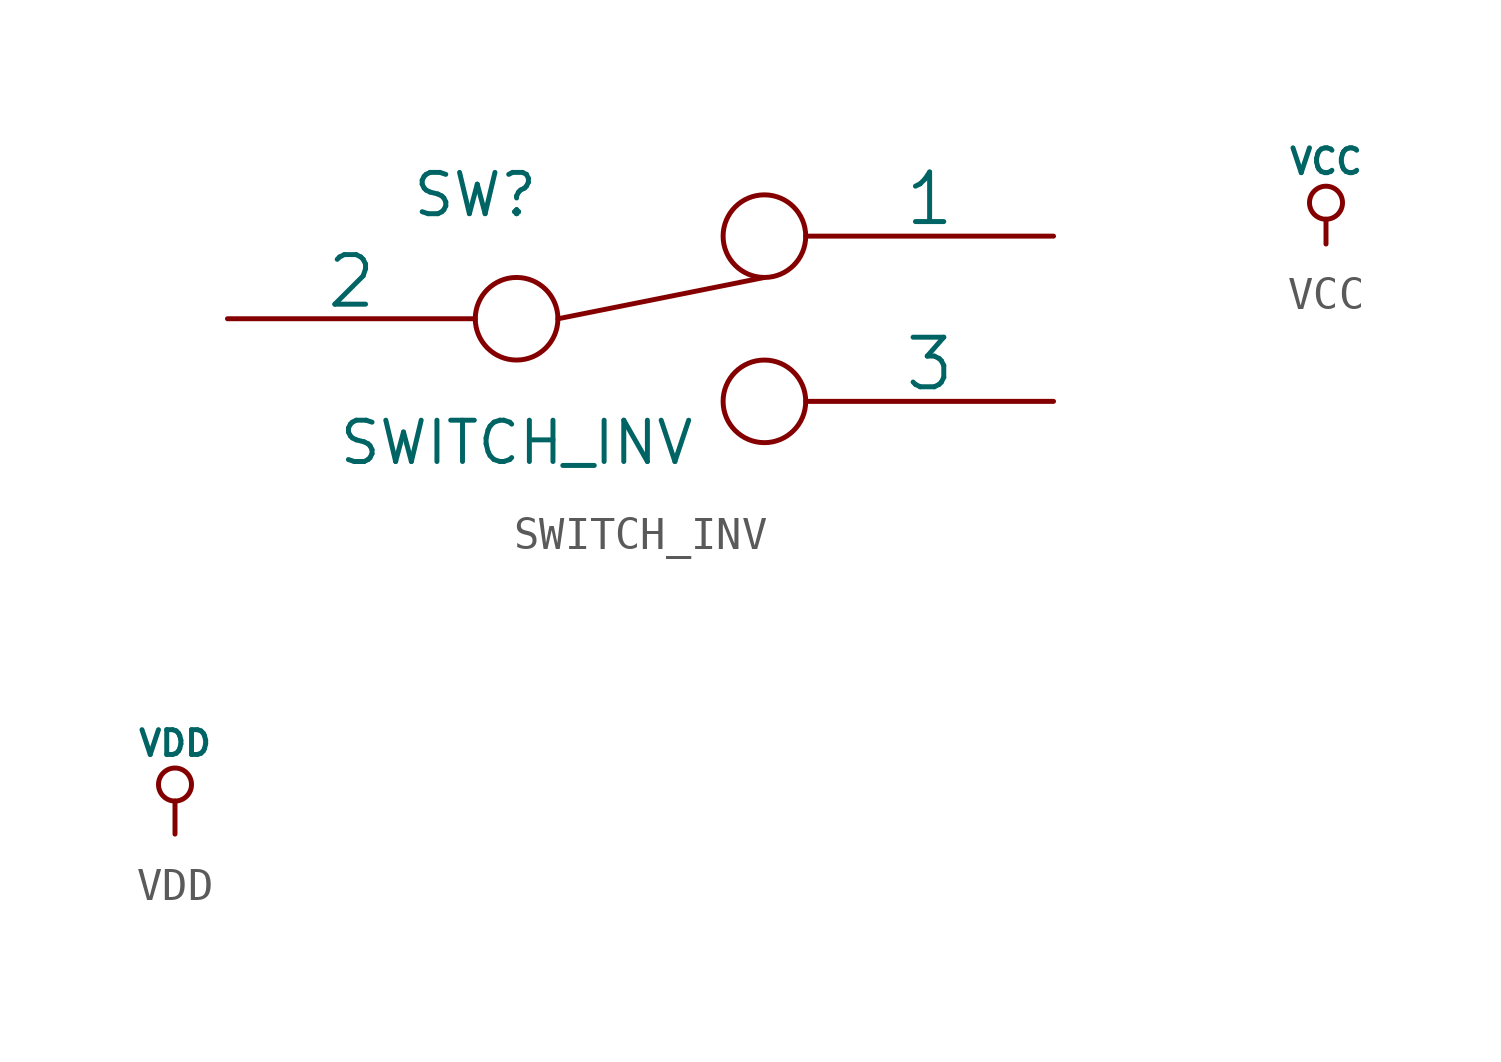
<source format=kicad_sym>
(kicad_symbol_lib
  (version 20201005)
  (generator kicad_symbol_editor)
  (symbol "kit-coldfire_schlib:SWITCH_INV"
    (pin_numbers hide)
    (pin_names
      (offset 0))
    (property "Reference" "SW"
      (at -5.08 3.81 0)
      (effects (font (size 1.27 1.27))))
    (property "Value" "SWITCH_INV"
      (at -3.81 -3.81 0)
      (effects (font (size 1.27 1.27))))
    (property "Footprint" ""
      (at 0 0 0)
      (effects (font (size 1.524 1.524))))
    (property "Datasheet" ""
      (at 0 0 0)
      (effects (font (size 1.524 1.524))))
    (symbol "SWITCH_INV_0_0"
      (circle (center -3.81 0) (radius 1.27) (stroke (width 0)) (fill (type none)))
      (circle (center 3.81 -2.54) (radius 1.27) (stroke (width 0)) (fill (type none))))
    (symbol "SWITCH_INV_0_1"
      (circle (center 3.81 2.54) (radius 1.27) (stroke (width 0)) (fill (type none)))
      (polyline (pts (xy -2.54 0) (xy 3.81 1.27)) (stroke (width 0)) (fill (type none))))
    (symbol "SWITCH_INV_1_1"
      (pin passive line (at 12.7 2.54 180) (length 7.62) (name "1" (effects (font (size 1.524 1.524)))) (number "1" (effects (font (size 1.524 1.524)))))
      (pin passive line (at -12.7 0 0) (length 7.62) (name "2" (effects (font (size 1.524 1.524)))) (number "2" (effects (font (size 1.524 1.524)))))
      (pin passive line (at 12.7 -2.54 180) (length 7.62) (name "3" (effects (font (size 1.524 1.524)))) (number "3" (effects (font (size 1.524 1.524)))))))
  (symbol "kit-coldfire_schlib:VCC"
    (power)
    (pin_names
      (offset 0))
    (property "Reference" "#PWR"
      (at 0 2.54 0)
      (effects (font (size 0.762 0.762)) hide))
    (property "Value" "VCC"
      (at 0 2.54 0)
      (effects (font (size 0.762 0.762))))
    (property "Footprint" ""
      (at 0 0 0)
      (effects (font (size 1.524 1.524))))
    (property "Datasheet" ""
      (at 0 0 0)
      (effects (font (size 1.524 1.524))))
    (symbol "VCC_0_1"
      (circle (center 0 1.27) (radius 0.508) (stroke (width 0)) (fill (type none)))
      (polyline (pts (xy 0 0) (xy 0 0.762) (xy 0 0.762)) (stroke (width 0)) (fill (type none))))
    (symbol "VCC_0_0"
      (pin power_in line (at 0 0 90) (length 0) hide (name "VCC" (effects (font (size 0.508 0.508)))) (number "1" (effects (font (size 0.508 0.508)))))))
  (symbol "kit-coldfire_schlib:VDD"
    (power)
    (pin_names
      (offset 0))
    (property "Reference" "#PWR"
      (at 0 2.54 0)
      (effects (font (size 0.762 0.762)) hide))
    (property "Value" "VDD"
      (at 0 2.794 0)
      (effects (font (size 0.762 0.762))))
    (property "Footprint" ""
      (at 0 0 0)
      (effects (font (size 1.524 1.524))))
    (property "Datasheet" ""
      (at 0 0 0)
      (effects (font (size 1.524 1.524))))
    (symbol "VDD_0_1"
      (circle (center 0 1.524) (radius 0.508) (stroke (width 0)) (fill (type none)))
      (polyline (pts (xy 0 0) (xy 0 1.016) (xy 0 1.016)) (stroke (width 0)) (fill (type none))))
    (symbol "VDD_0_0"
      (pin power_in line (at 0 0 90) (length 0) hide (name "VDD" (effects (font (size 1.016 1.016)))) (number "1" (effects (font (size 1.016 1.016))))))))
</source>
